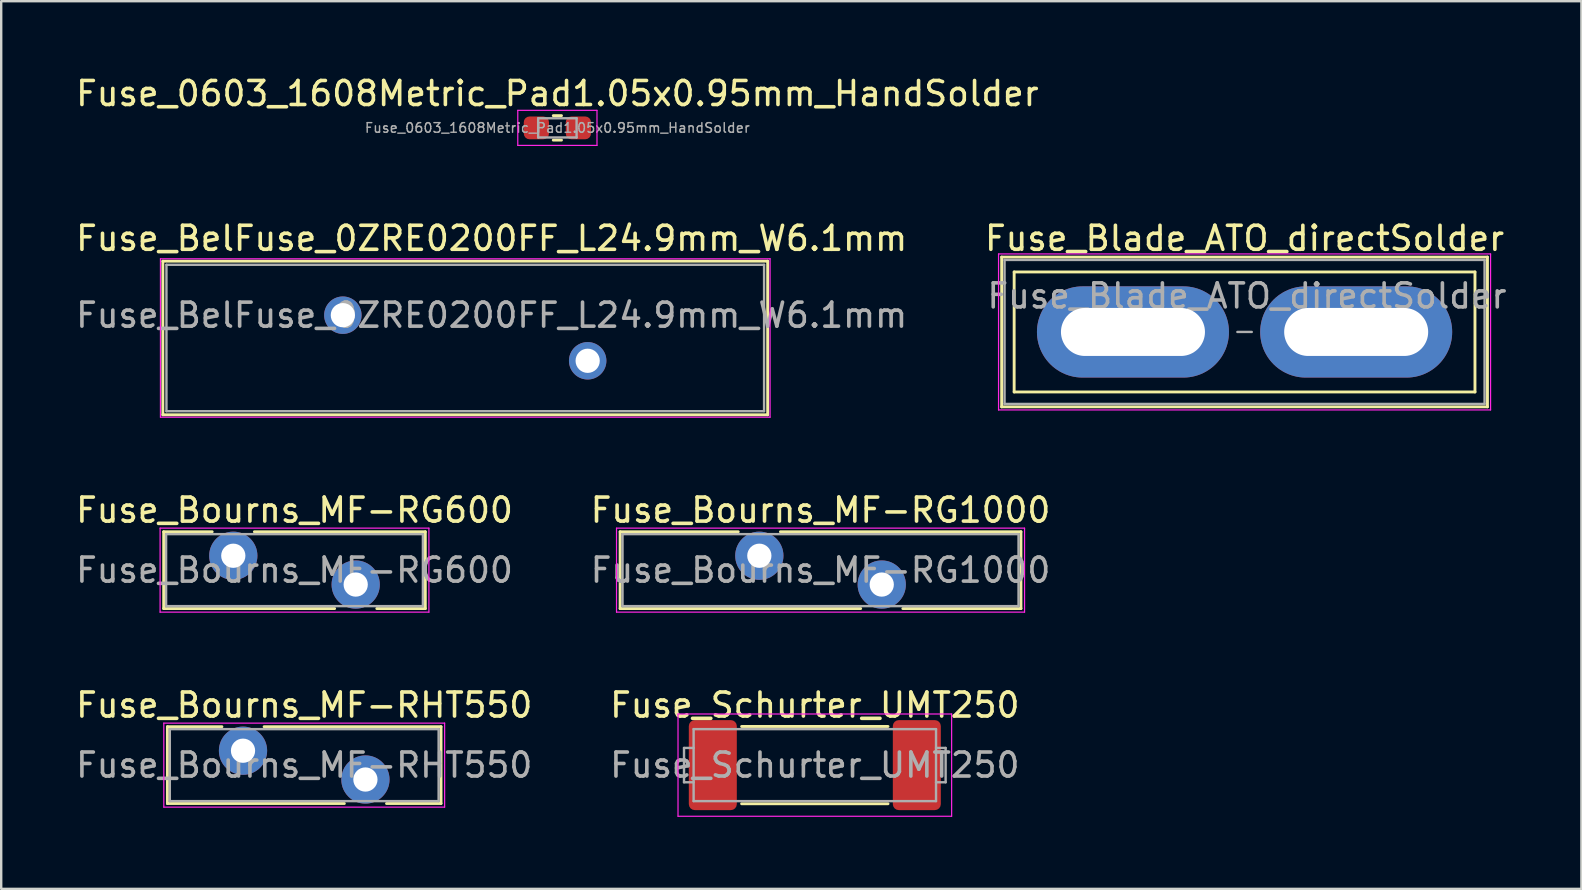
<source format=kicad_pcb>
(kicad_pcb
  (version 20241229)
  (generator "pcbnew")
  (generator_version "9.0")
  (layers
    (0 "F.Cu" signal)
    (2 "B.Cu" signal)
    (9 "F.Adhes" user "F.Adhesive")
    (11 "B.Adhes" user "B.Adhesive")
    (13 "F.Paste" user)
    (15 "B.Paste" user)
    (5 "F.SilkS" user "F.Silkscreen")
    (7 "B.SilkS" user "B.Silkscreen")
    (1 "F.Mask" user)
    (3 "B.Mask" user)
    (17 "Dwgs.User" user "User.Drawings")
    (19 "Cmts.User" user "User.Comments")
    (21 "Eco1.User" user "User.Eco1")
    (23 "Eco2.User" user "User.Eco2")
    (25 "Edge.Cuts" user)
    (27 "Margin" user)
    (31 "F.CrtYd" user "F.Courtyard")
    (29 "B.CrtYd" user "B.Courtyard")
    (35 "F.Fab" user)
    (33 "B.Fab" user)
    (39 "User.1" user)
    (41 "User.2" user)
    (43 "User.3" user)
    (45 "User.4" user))
  (footprint "Fuse_Schurter_UMT250"
    (layer "F.Cu")
    (at 30.899 28.828)
    (property "Reference" "Fuse_Schurter_UMT250" (at 0 -2.5 0) (layer "F.SilkS") (effects (font (size 1 1) (thickness 0.15))))
    (attr smd)
    (fp_line (start -3.05 -1.61) (end 3.05 -1.61) (stroke (width 0.12) (type solid)) (layer "F.SilkS"))
    (fp_line (start -3.05 1.61) (end 3.05 1.61) (stroke (width 0.12) (type solid)) (layer "F.SilkS"))
    (fp_line (start -5.7 -2.13) (end 5.7 -2.13) (stroke (width 0.05) (type solid)) (layer "F.CrtYd"))
    (fp_line (start -5.7 2.13) (end -5.7 -2.13) (stroke (width 0.05) (type solid)) (layer "F.CrtYd"))
    (fp_line (start 5.7 -2.13) (end 5.7 2.13) (stroke (width 0.05) (type solid)) (layer "F.CrtYd"))
    (fp_line (start 5.7 2.13) (end -5.7 2.13) (stroke (width 0.05) (type solid)) (layer "F.CrtYd"))
    (fp_line (start -5.45 0.715) (end -5.45 -0.715) (stroke (width 0.1) (type solid)) (layer "F.Fab"))
    (fp_line (start -5.05 -1.5) (end 5.05 -1.5) (stroke (width 0.1) (type solid)) (layer "F.Fab"))
    (fp_line (start -5.05 -0.715) (end -5.45 -0.715) (stroke (width 0.1) (type solid)) (layer "F.Fab"))
    (fp_line (start -5.05 0.715) (end -5.45 0.715) (stroke (width 0.1) (type solid)) (layer "F.Fab"))
    (fp_line (start -5.05 1.5) (end -5.05 -1.5) (stroke (width 0.1) (type solid)) (layer "F.Fab"))
    (fp_line (start 5.05 -1.5) (end 5.05 1.5) (stroke (width 0.1) (type solid)) (layer "F.Fab"))
    (fp_line (start 5.05 -0.715) (end 5.45 -0.715) (stroke (width 0.1) (type solid)) (layer "F.Fab"))
    (fp_line (start 5.05 0.715) (end 5.45 0.715) (stroke (width 0.1) (type solid)) (layer "F.Fab"))
    (fp_line (start 5.05 1.5) (end -5.05 1.5) (stroke (width 0.1) (type solid)) (layer "F.Fab"))
    (fp_line (start 5.45 -0.715) (end 5.45 0.715) (stroke (width 0.1) (type solid)) (layer "F.Fab"))
    (fp_text user "${REFERENCE}" (at 0 0 0) (layer "F.Fab") (effects (font (size 1 1) (thickness 0.15))))
    (pad "1" smd roundrect (at -4.25 0) (size 2 3.75) (layers "F.Cu" "F.Mask" "F.Paste") (roundrect_rratio 0.125))
    (pad "2" smd roundrect (at 4.25 0) (size 2 3.75) (layers "F.Cu" "F.Mask" "F.Paste") (roundrect_rratio 0.125)))
  (footprint "Fuse_Bourns_MF-RG1000"
    (layer "F.Cu")
    (at 28.587 20.105)
    (property "Reference" "Fuse_Bourns_MF-RG1000" (at 2.55 -1.9 0) (layer "F.SilkS") (effects (font (size 1 1) (thickness 0.15))))
    (attr through_hole)
    (fp_line (start -5.8 -1) (end -5.8 2.2) (stroke (width 0.12) (type solid)) (layer "F.SilkS"))
    (fp_line (start -5.8 -1) (end -0.879 -1) (stroke (width 0.12) (type solid)) (layer "F.SilkS"))
    (fp_line (start -5.8 2.2) (end 4.222 2.2) (stroke (width 0.12) (type solid)) (layer "F.SilkS"))
    (fp_line (start 0.879 -1) (end 10.9 -1) (stroke (width 0.12) (type solid)) (layer "F.SilkS"))
    (fp_line (start 5.979 2.2) (end 10.9 2.2) (stroke (width 0.12) (type solid)) (layer "F.SilkS"))
    (fp_line (start 10.9 -1) (end 10.9 2.2) (stroke (width 0.12) (type solid)) (layer "F.SilkS"))
    (fp_line (start -5.95 -1.15) (end -5.95 2.35) (stroke (width 0.05) (type solid)) (layer "F.CrtYd"))
    (fp_line (start -5.95 2.35) (end 11.05 2.35) (stroke (width 0.05) (type solid)) (layer "F.CrtYd"))
    (fp_line (start 11.05 -1.15) (end -5.95 -1.15) (stroke (width 0.05) (type solid)) (layer "F.CrtYd"))
    (fp_line (start 11.05 2.35) (end 11.05 -1.15) (stroke (width 0.05) (type solid)) (layer "F.CrtYd"))
    (fp_line (start -5.7 -0.9) (end -5.7 2.1) (stroke (width 0.1) (type solid)) (layer "F.Fab"))
    (fp_line (start -5.7 2.1) (end 10.8 2.1) (stroke (width 0.1) (type solid)) (layer "F.Fab"))
    (fp_line (start 10.8 -0.9) (end -5.7 -0.9) (stroke (width 0.1) (type solid)) (layer "F.Fab"))
    (fp_line (start 10.8 2.1) (end 10.8 -0.9) (stroke (width 0.1) (type solid)) (layer "F.Fab"))
    (fp_text user "${REFERENCE}" (at 2.55 0.6 0) (layer "F.Fab") (effects (font (size 1 1) (thickness 0.15))))
    (pad "1" thru_hole circle (at 0 0) (size 2.01 2.01) (drill 1.01) (layers "*.Cu" "*.Mask"))
    (pad "2" thru_hole circle (at 5.1 1.2) (size 2.01 2.01) (drill 1.01) (layers "*.Cu" "*.Mask")))
  (footprint "Fuse_Bourns_MF-RHT550"
    (layer "F.Cu")
    (at 7.075 28.228)
    (property "Reference" "Fuse_Bourns_MF-RHT550" (at 2.55 -1.9 0) (layer "F.SilkS") (effects (font (size 1 1) (thickness 0.15))))
    (attr through_hole)
    (fp_line (start -3.15 -1) (end -3.15 2.2) (stroke (width 0.12) (type solid)) (layer "F.SilkS"))
    (fp_line (start -3.15 -1) (end -0.879 -1) (stroke (width 0.12) (type solid)) (layer "F.SilkS"))
    (fp_line (start -3.15 2.2) (end 4.222 2.2) (stroke (width 0.12) (type solid)) (layer "F.SilkS"))
    (fp_line (start 0.879 -1) (end 8.25 -1) (stroke (width 0.12) (type solid)) (layer "F.SilkS"))
    (fp_line (start 5.979 2.2) (end 8.25 2.2) (stroke (width 0.12) (type solid)) (layer "F.SilkS"))
    (fp_line (start 8.25 -1) (end 8.25 2.2) (stroke (width 0.12) (type solid)) (layer "F.SilkS"))
    (fp_line (start -3.3 -1.15) (end -3.3 2.35) (stroke (width 0.05) (type solid)) (layer "F.CrtYd"))
    (fp_line (start -3.3 2.35) (end 8.4 2.35) (stroke (width 0.05) (type solid)) (layer "F.CrtYd"))
    (fp_line (start 8.4 -1.15) (end -3.3 -1.15) (stroke (width 0.05) (type solid)) (layer "F.CrtYd"))
    (fp_line (start 8.4 2.35) (end 8.4 -1.15) (stroke (width 0.05) (type solid)) (layer "F.CrtYd"))
    (fp_line (start -3.05 -0.9) (end -3.05 2.1) (stroke (width 0.1) (type solid)) (layer "F.Fab"))
    (fp_line (start -3.05 2.1) (end 8.15 2.1) (stroke (width 0.1) (type solid)) (layer "F.Fab"))
    (fp_line (start 8.15 -0.9) (end -3.05 -0.9) (stroke (width 0.1) (type solid)) (layer "F.Fab"))
    (fp_line (start 8.15 2.1) (end 8.15 -0.9) (stroke (width 0.1) (type solid)) (layer "F.Fab"))
    (fp_text user "${REFERENCE}" (at 2.55 0.6 0) (layer "F.Fab") (effects (font (size 1 1) (thickness 0.15))))
    (pad "1" thru_hole circle (at 0 0) (size 2.01 2.01) (drill 1.01) (layers "*.Cu" "*.Mask"))
    (pad "2" thru_hole circle (at 5.1 1.2) (size 2.01 2.01) (drill 1.01) (layers "*.Cu" "*.Mask")))
  (footprint "Fuse_Bourns_MF-RG600"
    (layer "F.Cu")
    (at 6.67 20.105)
    (property "Reference" "Fuse_Bourns_MF-RG600" (at 2.55 -1.9 0) (layer "F.SilkS") (effects (font (size 1 1) (thickness 0.15))))
    (attr through_hole)
    (fp_line (start -2.9 -1) (end -2.9 2.2) (stroke (width 0.12) (type solid)) (layer "F.SilkS"))
    (fp_line (start -2.9 -1) (end -0.879 -1) (stroke (width 0.12) (type solid)) (layer "F.SilkS"))
    (fp_line (start -2.9 2.2) (end 4.222 2.2) (stroke (width 0.12) (type solid)) (layer "F.SilkS"))
    (fp_line (start 0.879 -1) (end 8 -1) (stroke (width 0.12) (type solid)) (layer "F.SilkS"))
    (fp_line (start 5.979 2.2) (end 8 2.2) (stroke (width 0.12) (type solid)) (layer "F.SilkS"))
    (fp_line (start 8 -1) (end 8 2.2) (stroke (width 0.12) (type solid)) (layer "F.SilkS"))
    (fp_line (start -3.05 -1.15) (end -3.05 2.35) (stroke (width 0.05) (type solid)) (layer "F.CrtYd"))
    (fp_line (start -3.05 2.35) (end 8.15 2.35) (stroke (width 0.05) (type solid)) (layer "F.CrtYd"))
    (fp_line (start 8.15 -1.15) (end -3.05 -1.15) (stroke (width 0.05) (type solid)) (layer "F.CrtYd"))
    (fp_line (start 8.15 2.35) (end 8.15 -1.15) (stroke (width 0.05) (type solid)) (layer "F.CrtYd"))
    (fp_line (start -2.8 -0.9) (end -2.8 2.1) (stroke (width 0.1) (type solid)) (layer "F.Fab"))
    (fp_line (start -2.8 2.1) (end 7.9 2.1) (stroke (width 0.1) (type solid)) (layer "F.Fab"))
    (fp_line (start 7.9 -0.9) (end -2.8 -0.9) (stroke (width 0.1) (type solid)) (layer "F.Fab"))
    (fp_line (start 7.9 2.1) (end 7.9 -0.9) (stroke (width 0.1) (type solid)) (layer "F.Fab"))
    (fp_text user "${REFERENCE}" (at 2.55 0.6 0) (layer "F.Fab") (effects (font (size 1 1) (thickness 0.15))))
    (pad "1" thru_hole circle (at 0 0) (size 2.01 2.01) (drill 1.01) (layers "*.Cu" "*.Mask"))
    (pad "2" thru_hole circle (at 5.1 1.2) (size 2.01 2.01) (drill 1.01) (layers "*.Cu" "*.Mask")))
  (footprint "Fuse_0603_1608Metric_Pad1.05x0.95mm_HandSolder"
    (layer "F.Cu")
    (at 20.173 2.278)
    (property "Reference" "Fuse_0603_1608Metric_Pad1.05x0.95mm_HandSolder" (at 0 -1.43 0) (layer "F.SilkS") (effects (font (size 1 1) (thickness 0.15))))
    (attr smd)
    (fp_line (start -0.171 -0.51) (end 0.171 -0.51) (stroke (width 0.12) (type solid)) (layer "F.SilkS"))
    (fp_line (start -0.171 0.51) (end 0.171 0.51) (stroke (width 0.12) (type solid)) (layer "F.SilkS"))
    (fp_line (start -1.65 -0.73) (end 1.65 -0.73) (stroke (width 0.05) (type solid)) (layer "F.CrtYd"))
    (fp_line (start -1.65 0.73) (end -1.65 -0.73) (stroke (width 0.05) (type solid)) (layer "F.CrtYd"))
    (fp_line (start 1.65 -0.73) (end 1.65 0.73) (stroke (width 0.05) (type solid)) (layer "F.CrtYd"))
    (fp_line (start 1.65 0.73) (end -1.65 0.73) (stroke (width 0.05) (type solid)) (layer "F.CrtYd"))
    (fp_line (start -0.8 -0.4) (end 0.8 -0.4) (stroke (width 0.1) (type solid)) (layer "F.Fab"))
    (fp_line (start -0.8 0.4) (end -0.8 -0.4) (stroke (width 0.1) (type solid)) (layer "F.Fab"))
    (fp_line (start 0.8 -0.4) (end 0.8 0.4) (stroke (width 0.1) (type solid)) (layer "F.Fab"))
    (fp_line (start 0.8 0.4) (end -0.8 0.4) (stroke (width 0.1) (type solid)) (layer "F.Fab"))
    (fp_text user "${REFERENCE}" (at 0 0 0) (layer "F.Fab") (effects (font (size 0.4 0.4) (thickness 0.06))))
    (pad "1" smd roundrect (at -0.875 0) (size 1.05 0.95) (layers "F.Cu" "F.Mask" "F.Paste") (roundrect_rratio 0.25))
    (pad "2" smd roundrect (at 0.875 0) (size 1.05 0.95) (layers "F.Cu" "F.Mask" "F.Paste") (roundrect_rratio 0.25)))
  (footprint "Fuse_BelFuse_0ZRE0200FF_L24.9mm_W6.1mm"
    (layer "F.Cu")
    (at 11.235 10.082)
    (property "Reference" "Fuse_BelFuse_0ZRE0200FF_L24.9mm_W6.1mm" (at 6.2 -3.2 0) (layer "F.SilkS") (effects (font (size 1 1) (thickness 0.15))))
    (attr through_hole)
    (fp_line (start -7.5 -2.25) (end -7.5 4.15) (stroke (width 0.12) (type solid)) (layer "F.SilkS"))
    (fp_line (start -7.5 -2.25) (end 17.7 -2.25) (stroke (width 0.12) (type solid)) (layer "F.SilkS"))
    (fp_line (start -7.5 4.15) (end 17.7 4.15) (stroke (width 0.12) (type solid)) (layer "F.SilkS"))
    (fp_line (start 17.7 -2.25) (end 17.7 4.15) (stroke (width 0.12) (type solid)) (layer "F.SilkS"))
    (fp_line (start -7.6 -2.35) (end -7.6 4.25) (stroke (width 0.05) (type solid)) (layer "F.CrtYd"))
    (fp_line (start -7.6 -2.35) (end 17.8 -2.35) (stroke (width 0.05) (type solid)) (layer "F.CrtYd"))
    (fp_line (start -7.6 4.25) (end 17.8 4.25) (stroke (width 0.05) (type solid)) (layer "F.CrtYd"))
    (fp_line (start 17.8 -2.35) (end 17.8 4.25) (stroke (width 0.05) (type solid)) (layer "F.CrtYd"))
    (fp_line (start -7.35 -2.1) (end -7.35 4) (stroke (width 0.1) (type solid)) (layer "F.Fab"))
    (fp_line (start -7.35 -2.1) (end 17.55 -2.1) (stroke (width 0.1) (type solid)) (layer "F.Fab"))
    (fp_line (start -7.35 4) (end 17.55 4) (stroke (width 0.1) (type solid)) (layer "F.Fab"))
    (fp_line (start 17.55 -2.1) (end 17.55 4) (stroke (width 0.1) (type solid)) (layer "F.Fab"))
    (fp_text user "${REFERENCE}" (at 6.2 0 0) (layer "F.Fab") (effects (font (size 1 1) (thickness 0.15))))
    (pad "1" thru_hole circle (at 0 0) (size 1.56 1.56) (drill 1.01) (layers "*.Cu" "*.Mask"))
    (pad "2" thru_hole circle (at 10.2 1.9) (size 1.56 1.56) (drill 1.01) (layers "*.Cu" "*.Mask")))
  (footprint "Fuse_Blade_ATO_directSolder"
    (layer "F.Cu")
    (at 44.154 10.781)
    (property "Reference" "Fuse_Blade_ATO_directSolder" (at 4.65 -3.9 0) (layer "F.SilkS") (effects (font (size 1 1) (thickness 0.15))))
    (attr through_hole)
    (fp_line (start -5.47 -3.12) (end -5.47 3.12) (stroke (width 0.12) (type solid)) (layer "F.SilkS"))
    (fp_line (start -5.47 -3.12) (end 14.77 -3.12) (stroke (width 0.12) (type solid)) (layer "F.SilkS"))
    (fp_line (start -4.95 -2.5) (end 14.25 -2.5) (stroke (width 0.12) (type solid)) (layer "F.SilkS"))
    (fp_line (start -4.95 2.5) (end -4.95 -2.5) (stroke (width 0.12) (type solid)) (layer "F.SilkS"))
    (fp_line (start 14.25 -2.5) (end 14.25 2.5) (stroke (width 0.12) (type solid)) (layer "F.SilkS"))
    (fp_line (start 14.25 2.5) (end -4.95 2.5) (stroke (width 0.12) (type solid)) (layer "F.SilkS"))
    (fp_line (start 14.77 3.12) (end -5.47 3.12) (stroke (width 0.12) (type solid)) (layer "F.SilkS"))
    (fp_line (start 14.77 3.12) (end 14.77 -3.12) (stroke (width 0.12) (type solid)) (layer "F.SilkS"))
    (fp_line (start -5.6 -3.25) (end -5.6 3.25) (stroke (width 0.05) (type solid)) (layer "F.CrtYd"))
    (fp_line (start -5.6 -3.25) (end 14.9 -3.25) (stroke (width 0.05) (type solid)) (layer "F.CrtYd"))
    (fp_line (start 14.9 3.25) (end -5.6 3.25) (stroke (width 0.05) (type solid)) (layer "F.CrtYd"))
    (fp_line (start 14.9 3.25) (end 14.9 -3.25) (stroke (width 0.05) (type solid)) (layer "F.CrtYd"))
    (fp_line (start -5.35 -3) (end 14.65 -3) (stroke (width 0.1) (type solid)) (layer "F.Fab"))
    (fp_line (start -5.35 3) (end -5.35 -3) (stroke (width 0.1) (type solid)) (layer "F.Fab"))
    (fp_line (start 4.95 0) (end 4.35 0) (stroke (width 0.1) (type solid)) (layer "F.Fab"))
    (fp_line (start 14.65 -3) (end 14.65 3) (stroke (width 0.1) (type solid)) (layer "F.Fab"))
    (fp_line (start 14.65 3) (end -5.35 3) (stroke (width 0.1) (type solid)) (layer "F.Fab"))
    (fp_text user "${REFERENCE}" (at 4.75 -1.5 0) (layer "F.Fab") (effects (font (size 1 1) (thickness 0.15))))
    (pad "1" thru_hole oval (at 0 0) (size 8 3.8) (drill oval 6 2) (layers "*.Cu" "*.Mask"))
    (pad "2" thru_hole oval (at 9.3 0) (size 8 3.8) (drill oval 6 2) (layers "*.Cu" "*.Mask")))
  (gr_rect
    (start -3 -3)
    (end 62.838 33.983)
    (stroke (width 0.1) (type default))
    (fill no)
    (layer "Edge.Cuts")))
</source>
